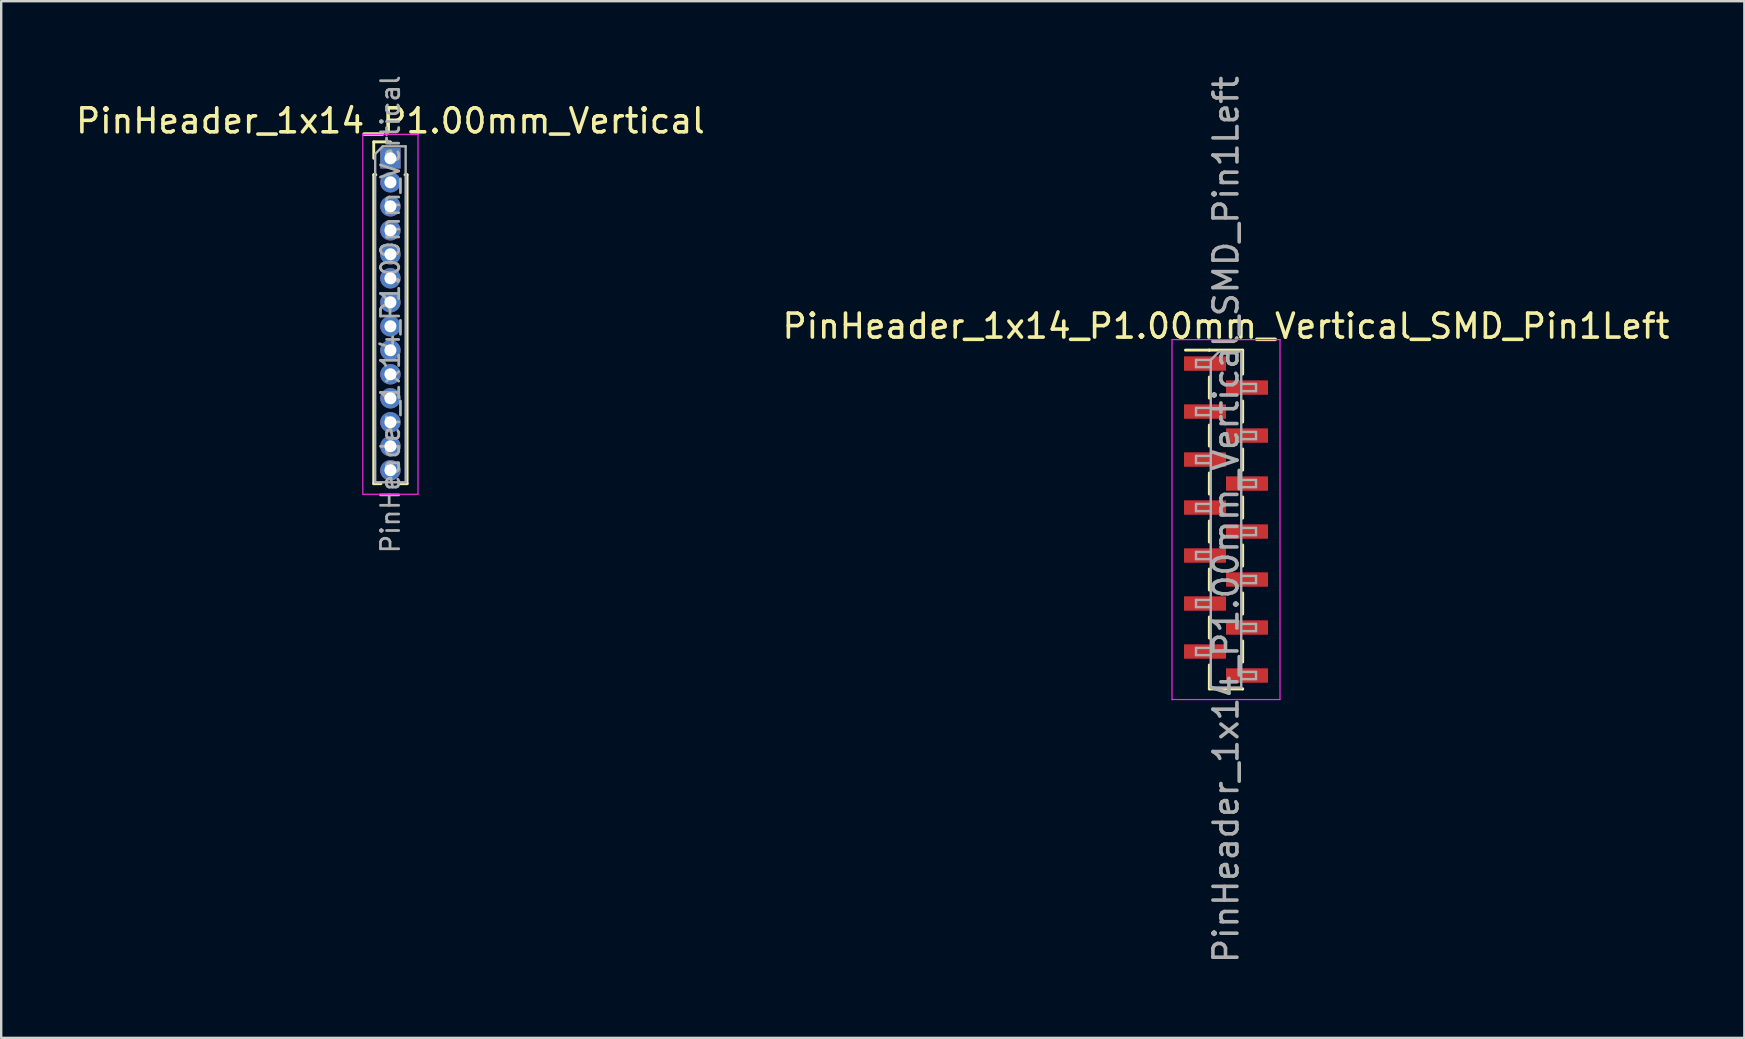
<source format=kicad_pcb>
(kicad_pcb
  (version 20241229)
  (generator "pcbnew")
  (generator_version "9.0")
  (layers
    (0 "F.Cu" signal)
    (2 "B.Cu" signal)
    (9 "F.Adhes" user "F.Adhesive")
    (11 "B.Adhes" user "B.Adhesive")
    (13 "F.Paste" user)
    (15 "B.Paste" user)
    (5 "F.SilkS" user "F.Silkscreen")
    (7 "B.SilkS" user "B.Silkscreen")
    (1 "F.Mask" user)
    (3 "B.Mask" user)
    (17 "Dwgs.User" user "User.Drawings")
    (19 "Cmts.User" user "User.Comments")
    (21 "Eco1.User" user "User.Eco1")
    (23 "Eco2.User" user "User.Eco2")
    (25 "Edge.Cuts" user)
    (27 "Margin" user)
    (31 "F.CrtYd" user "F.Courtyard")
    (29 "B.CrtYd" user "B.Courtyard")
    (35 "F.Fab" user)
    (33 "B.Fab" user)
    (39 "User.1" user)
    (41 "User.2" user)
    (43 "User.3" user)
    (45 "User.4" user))
  (footprint "PinHeader_1x14_P1.00mm_Vertical_SMD_Pin1Left"
    (layer "F.Cu")
    (at 48.042 18.601)
    (property "Reference" "PinHeader_1x14_P1.00mm_Vertical_SMD_Pin1Left" (at 0 -8.06 0) (layer "F.SilkS") (effects (font (size 1 1) (thickness 0.15))))
    (attr smd)
    (fp_line (start -0.695 -7.06) (end -1.69 -7.06) (stroke (width 0.12) (type solid)) (layer "F.SilkS"))
    (fp_line (start -0.695 -7.06) (end -0.695 -7.06) (stroke (width 0.12) (type solid)) (layer "F.SilkS"))
    (fp_line (start -0.695 -7.06) (end 0.695 -7.06) (stroke (width 0.12) (type solid)) (layer "F.SilkS"))
    (fp_line (start -0.695 -5.94) (end -0.695 -5.06) (stroke (width 0.12) (type solid)) (layer "F.SilkS"))
    (fp_line (start -0.695 -3.94) (end -0.695 -3.06) (stroke (width 0.12) (type solid)) (layer "F.SilkS"))
    (fp_line (start -0.695 -1.94) (end -0.695 -1.06) (stroke (width 0.12) (type solid)) (layer "F.SilkS"))
    (fp_line (start -0.695 0.06) (end -0.695 0.94) (stroke (width 0.12) (type solid)) (layer "F.SilkS"))
    (fp_line (start -0.695 2.06) (end -0.695 2.94) (stroke (width 0.12) (type solid)) (layer "F.SilkS"))
    (fp_line (start -0.695 4.06) (end -0.695 4.94) (stroke (width 0.12) (type solid)) (layer "F.SilkS"))
    (fp_line (start -0.695 6.06) (end -0.695 7.06) (stroke (width 0.12) (type solid)) (layer "F.SilkS"))
    (fp_line (start -0.695 7.06) (end 0.695 7.06) (stroke (width 0.12) (type solid)) (layer "F.SilkS"))
    (fp_line (start 0.695 -7.06) (end 0.695 -6.06) (stroke (width 0.12) (type solid)) (layer "F.SilkS"))
    (fp_line (start 0.695 -4.94) (end 0.695 -4.06) (stroke (width 0.12) (type solid)) (layer "F.SilkS"))
    (fp_line (start 0.695 -2.94) (end 0.695 -2.06) (stroke (width 0.12) (type solid)) (layer "F.SilkS"))
    (fp_line (start 0.695 -0.94) (end 0.695 -0.06) (stroke (width 0.12) (type solid)) (layer "F.SilkS"))
    (fp_line (start 0.695 1.06) (end 0.695 1.94) (stroke (width 0.12) (type solid)) (layer "F.SilkS"))
    (fp_line (start 0.695 3.06) (end 0.695 3.94) (stroke (width 0.12) (type solid)) (layer "F.SilkS"))
    (fp_line (start 0.695 5.06) (end 0.695 5.94) (stroke (width 0.12) (type solid)) (layer "F.SilkS"))
    (fp_line (start 0.695 7.06) (end 0.695 7.06) (stroke (width 0.12) (type solid)) (layer "F.SilkS"))
    (fp_line (start -2.25 -7.5) (end -2.25 7.5) (stroke (width 0.05) (type solid)) (layer "F.CrtYd"))
    (fp_line (start -2.25 7.5) (end 2.25 7.5) (stroke (width 0.05) (type solid)) (layer "F.CrtYd"))
    (fp_line (start 2.25 -7.5) (end -2.25 -7.5) (stroke (width 0.05) (type solid)) (layer "F.CrtYd"))
    (fp_line (start 2.25 7.5) (end 2.25 -7.5) (stroke (width 0.05) (type solid)) (layer "F.CrtYd"))
    (fp_line (start -1.25 -6.65) (end -1.25 -6.35) (stroke (width 0.1) (type solid)) (layer "F.Fab"))
    (fp_line (start -1.25 -6.35) (end -0.635 -6.35) (stroke (width 0.1) (type solid)) (layer "F.Fab"))
    (fp_line (start -1.25 -4.65) (end -1.25 -4.35) (stroke (width 0.1) (type solid)) (layer "F.Fab"))
    (fp_line (start -1.25 -4.35) (end -0.635 -4.35) (stroke (width 0.1) (type solid)) (layer "F.Fab"))
    (fp_line (start -1.25 -2.65) (end -1.25 -2.35) (stroke (width 0.1) (type solid)) (layer "F.Fab"))
    (fp_line (start -1.25 -2.35) (end -0.635 -2.35) (stroke (width 0.1) (type solid)) (layer "F.Fab"))
    (fp_line (start -1.25 -0.65) (end -1.25 -0.35) (stroke (width 0.1) (type solid)) (layer "F.Fab"))
    (fp_line (start -1.25 -0.35) (end -0.635 -0.35) (stroke (width 0.1) (type solid)) (layer "F.Fab"))
    (fp_line (start -1.25 1.35) (end -1.25 1.65) (stroke (width 0.1) (type solid)) (layer "F.Fab"))
    (fp_line (start -1.25 1.65) (end -0.635 1.65) (stroke (width 0.1) (type solid)) (layer "F.Fab"))
    (fp_line (start -1.25 3.35) (end -1.25 3.65) (stroke (width 0.1) (type solid)) (layer "F.Fab"))
    (fp_line (start -1.25 3.65) (end -0.635 3.65) (stroke (width 0.1) (type solid)) (layer "F.Fab"))
    (fp_line (start -1.25 5.35) (end -1.25 5.65) (stroke (width 0.1) (type solid)) (layer "F.Fab"))
    (fp_line (start -1.25 5.65) (end -0.635 5.65) (stroke (width 0.1) (type solid)) (layer "F.Fab"))
    (fp_line (start -0.635 -6.65) (end -1.25 -6.65) (stroke (width 0.1) (type solid)) (layer "F.Fab"))
    (fp_line (start -0.635 -6.65) (end -0.285 -7) (stroke (width 0.1) (type solid)) (layer "F.Fab"))
    (fp_line (start -0.635 -4.65) (end -1.25 -4.65) (stroke (width 0.1) (type solid)) (layer "F.Fab"))
    (fp_line (start -0.635 -2.65) (end -1.25 -2.65) (stroke (width 0.1) (type solid)) (layer "F.Fab"))
    (fp_line (start -0.635 -0.65) (end -1.25 -0.65) (stroke (width 0.1) (type solid)) (layer "F.Fab"))
    (fp_line (start -0.635 1.35) (end -1.25 1.35) (stroke (width 0.1) (type solid)) (layer "F.Fab"))
    (fp_line (start -0.635 3.35) (end -1.25 3.35) (stroke (width 0.1) (type solid)) (layer "F.Fab"))
    (fp_line (start -0.635 5.35) (end -1.25 5.35) (stroke (width 0.1) (type solid)) (layer "F.Fab"))
    (fp_line (start -0.635 7) (end -0.635 -6.65) (stroke (width 0.1) (type solid)) (layer "F.Fab"))
    (fp_line (start -0.285 -7) (end 0.635 -7) (stroke (width 0.1) (type solid)) (layer "F.Fab"))
    (fp_line (start 0.635 -7) (end 0.635 7) (stroke (width 0.1) (type solid)) (layer "F.Fab"))
    (fp_line (start 0.635 -5.65) (end 1.25 -5.65) (stroke (width 0.1) (type solid)) (layer "F.Fab"))
    (fp_line (start 0.635 -3.65) (end 1.25 -3.65) (stroke (width 0.1) (type solid)) (layer "F.Fab"))
    (fp_line (start 0.635 -1.65) (end 1.25 -1.65) (stroke (width 0.1) (type solid)) (layer "F.Fab"))
    (fp_line (start 0.635 0.35) (end 1.25 0.35) (stroke (width 0.1) (type solid)) (layer "F.Fab"))
    (fp_line (start 0.635 2.35) (end 1.25 2.35) (stroke (width 0.1) (type solid)) (layer "F.Fab"))
    (fp_line (start 0.635 4.35) (end 1.25 4.35) (stroke (width 0.1) (type solid)) (layer "F.Fab"))
    (fp_line (start 0.635 6.35) (end 1.25 6.35) (stroke (width 0.1) (type solid)) (layer "F.Fab"))
    (fp_line (start 0.635 7) (end -0.635 7) (stroke (width 0.1) (type solid)) (layer "F.Fab"))
    (fp_line (start 1.25 -5.65) (end 1.25 -5.35) (stroke (width 0.1) (type solid)) (layer "F.Fab"))
    (fp_line (start 1.25 -5.35) (end 0.635 -5.35) (stroke (width 0.1) (type solid)) (layer "F.Fab"))
    (fp_line (start 1.25 -3.65) (end 1.25 -3.35) (stroke (width 0.1) (type solid)) (layer "F.Fab"))
    (fp_line (start 1.25 -3.35) (end 0.635 -3.35) (stroke (width 0.1) (type solid)) (layer "F.Fab"))
    (fp_line (start 1.25 -1.65) (end 1.25 -1.35) (stroke (width 0.1) (type solid)) (layer "F.Fab"))
    (fp_line (start 1.25 -1.35) (end 0.635 -1.35) (stroke (width 0.1) (type solid)) (layer "F.Fab"))
    (fp_line (start 1.25 0.35) (end 1.25 0.65) (stroke (width 0.1) (type solid)) (layer "F.Fab"))
    (fp_line (start 1.25 0.65) (end 0.635 0.65) (stroke (width 0.1) (type solid)) (layer "F.Fab"))
    (fp_line (start 1.25 2.35) (end 1.25 2.65) (stroke (width 0.1) (type solid)) (layer "F.Fab"))
    (fp_line (start 1.25 2.65) (end 0.635 2.65) (stroke (width 0.1) (type solid)) (layer "F.Fab"))
    (fp_line (start 1.25 4.35) (end 1.25 4.65) (stroke (width 0.1) (type solid)) (layer "F.Fab"))
    (fp_line (start 1.25 4.65) (end 0.635 4.65) (stroke (width 0.1) (type solid)) (layer "F.Fab"))
    (fp_line (start 1.25 6.35) (end 1.25 6.65) (stroke (width 0.1) (type solid)) (layer "F.Fab"))
    (fp_line (start 1.25 6.65) (end 0.635 6.65) (stroke (width 0.1) (type solid)) (layer "F.Fab"))
    (fp_text user "${REFERENCE}" (at 0 0 90) (layer "F.Fab") (effects (font (size 1 1) (thickness 0.15))))
    (pad "1" smd rect (at -0.875 -6.5) (size 1.75 0.6) (layers "F.Cu" "F.Mask" "F.Paste"))
    (pad "2" smd rect (at 0.875 -5.5) (size 1.75 0.6) (layers "F.Cu" "F.Mask" "F.Paste"))
    (pad "3" smd rect (at -0.875 -4.5) (size 1.75 0.6) (layers "F.Cu" "F.Mask" "F.Paste"))
    (pad "4" smd rect (at 0.875 -3.5) (size 1.75 0.6) (layers "F.Cu" "F.Mask" "F.Paste"))
    (pad "5" smd rect (at -0.875 -2.5) (size 1.75 0.6) (layers "F.Cu" "F.Mask" "F.Paste"))
    (pad "6" smd rect (at 0.875 -1.5) (size 1.75 0.6) (layers "F.Cu" "F.Mask" "F.Paste"))
    (pad "7" smd rect (at -0.875 -0.5) (size 1.75 0.6) (layers "F.Cu" "F.Mask" "F.Paste"))
    (pad "8" smd rect (at 0.875 0.5) (size 1.75 0.6) (layers "F.Cu" "F.Mask" "F.Paste"))
    (pad "9" smd rect (at -0.875 1.5) (size 1.75 0.6) (layers "F.Cu" "F.Mask" "F.Paste"))
    (pad "10" smd rect (at 0.875 2.5) (size 1.75 0.6) (layers "F.Cu" "F.Mask" "F.Paste"))
    (pad "11" smd rect (at -0.875 3.5) (size 1.75 0.6) (layers "F.Cu" "F.Mask" "F.Paste"))
    (pad "12" smd rect (at 0.875 4.5) (size 1.75 0.6) (layers "F.Cu" "F.Mask" "F.Paste"))
    (pad "13" smd rect (at -0.875 5.5) (size 1.75 0.6) (layers "F.Cu" "F.Mask" "F.Paste"))
    (pad "14" smd rect (at 0.875 6.5) (size 1.75 0.6) (layers "F.Cu" "F.Mask" "F.Paste")))
  (footprint "PinHeader_1x14_P1.00mm_Vertical"
    (layer "F.Cu")
    (at 13.22 3.547)
    (property "Reference" "PinHeader_1x14_P1.00mm_Vertical" (at 0 -1.56 0) (layer "F.SilkS") (effects (font (size 1 1) (thickness 0.15))))
    (attr through_hole)
    (fp_line (start -0.695 -0.685) (end 0 -0.685) (stroke (width 0.12) (type solid)) (layer "F.SilkS"))
    (fp_line (start -0.695 0) (end -0.695 -0.685) (stroke (width 0.12) (type solid)) (layer "F.SilkS"))
    (fp_line (start -0.695 0.685) (end -0.695 13.56) (stroke (width 0.12) (type solid)) (layer "F.SilkS"))
    (fp_line (start -0.695 0.685) (end -0.608 0.685) (stroke (width 0.12) (type solid)) (layer "F.SilkS"))
    (fp_line (start -0.695 13.56) (end -0.394 13.56) (stroke (width 0.12) (type solid)) (layer "F.SilkS"))
    (fp_line (start 0.394 13.56) (end 0.695 13.56) (stroke (width 0.12) (type solid)) (layer "F.SilkS"))
    (fp_line (start 0.608 0.685) (end 0.695 0.685) (stroke (width 0.12) (type solid)) (layer "F.SilkS"))
    (fp_line (start 0.695 0.685) (end 0.695 13.56) (stroke (width 0.12) (type solid)) (layer "F.SilkS"))
    (fp_line (start -1.15 -1) (end -1.15 14) (stroke (width 0.05) (type solid)) (layer "F.CrtYd"))
    (fp_line (start -1.15 14) (end 1.15 14) (stroke (width 0.05) (type solid)) (layer "F.CrtYd"))
    (fp_line (start 1.15 -1) (end -1.15 -1) (stroke (width 0.05) (type solid)) (layer "F.CrtYd"))
    (fp_line (start 1.15 14) (end 1.15 -1) (stroke (width 0.05) (type solid)) (layer "F.CrtYd"))
    (fp_line (start -0.635 -0.182) (end -0.318 -0.5) (stroke (width 0.1) (type solid)) (layer "F.Fab"))
    (fp_line (start -0.635 13.5) (end -0.635 -0.182) (stroke (width 0.1) (type solid)) (layer "F.Fab"))
    (fp_line (start -0.318 -0.5) (end 0.635 -0.5) (stroke (width 0.1) (type solid)) (layer "F.Fab"))
    (fp_line (start 0.635 -0.5) (end 0.635 13.5) (stroke (width 0.1) (type solid)) (layer "F.Fab"))
    (fp_line (start 0.635 13.5) (end -0.635 13.5) (stroke (width 0.1) (type solid)) (layer "F.Fab"))
    (fp_text user "${REFERENCE}" (at 0 6.5 90) (layer "F.Fab") (effects (font (size 0.76 0.76) (thickness 0.114))))
    (pad "1" thru_hole rect (at 0 0) (size 0.85 0.85) (drill 0.5) (layers "*.Cu" "*.Mask"))
    (pad "2" thru_hole oval (at 0 1) (size 0.85 0.85) (drill 0.5) (layers "*.Cu" "*.Mask"))
    (pad "3" thru_hole oval (at 0 2) (size 0.85 0.85) (drill 0.5) (layers "*.Cu" "*.Mask"))
    (pad "4" thru_hole oval (at 0 3) (size 0.85 0.85) (drill 0.5) (layers "*.Cu" "*.Mask"))
    (pad "5" thru_hole oval (at 0 4) (size 0.85 0.85) (drill 0.5) (layers "*.Cu" "*.Mask"))
    (pad "6" thru_hole oval (at 0 5) (size 0.85 0.85) (drill 0.5) (layers "*.Cu" "*.Mask"))
    (pad "7" thru_hole oval (at 0 6) (size 0.85 0.85) (drill 0.5) (layers "*.Cu" "*.Mask"))
    (pad "8" thru_hole oval (at 0 7) (size 0.85 0.85) (drill 0.5) (layers "*.Cu" "*.Mask"))
    (pad "9" thru_hole oval (at 0 8) (size 0.85 0.85) (drill 0.5) (layers "*.Cu" "*.Mask"))
    (pad "10" thru_hole oval (at 0 9) (size 0.85 0.85) (drill 0.5) (layers "*.Cu" "*.Mask"))
    (pad "11" thru_hole oval (at 0 10) (size 0.85 0.85) (drill 0.5) (layers "*.Cu" "*.Mask"))
    (pad "12" thru_hole oval (at 0 11) (size 0.85 0.85) (drill 0.5) (layers "*.Cu" "*.Mask"))
    (pad "13" thru_hole oval (at 0 12) (size 0.85 0.85) (drill 0.5) (layers "*.Cu" "*.Mask"))
    (pad "14" thru_hole oval (at 0 13) (size 0.85 0.85) (drill 0.5) (layers "*.Cu" "*.Mask")))
  (gr_rect
    (start -3 -3)
    (end 69.643 40.202)
    (stroke (width 0.1) (type default))
    (fill no)
    (layer "Edge.Cuts")))
</source>
